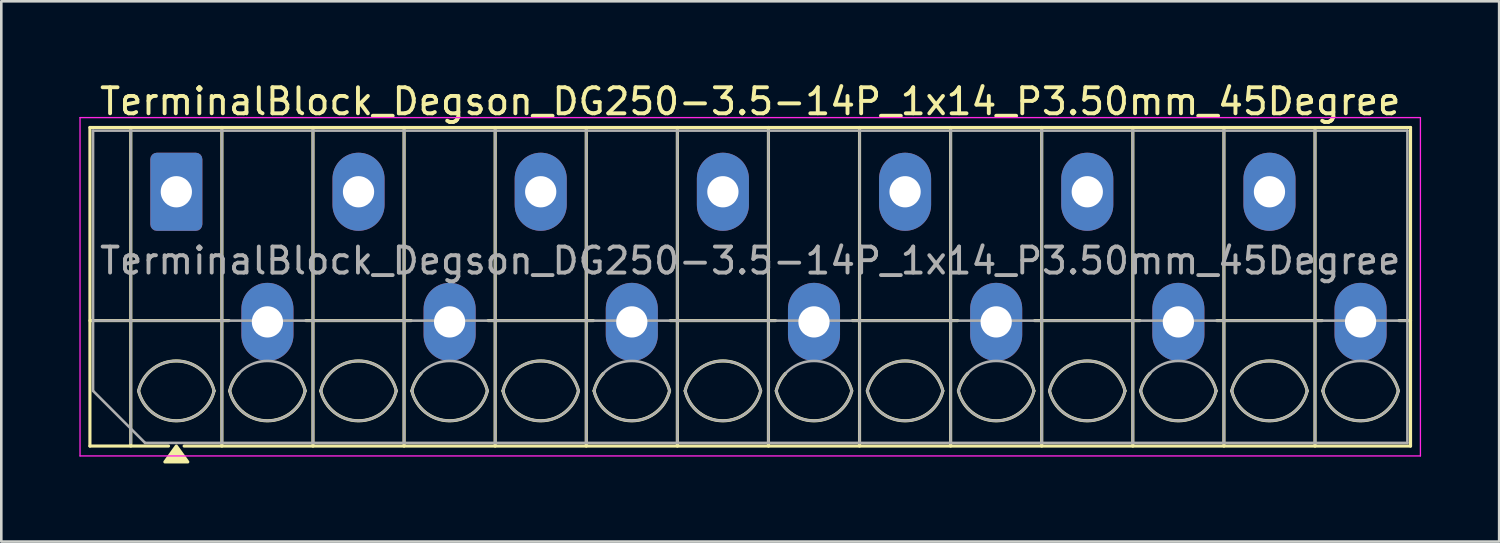
<source format=kicad_pcb>
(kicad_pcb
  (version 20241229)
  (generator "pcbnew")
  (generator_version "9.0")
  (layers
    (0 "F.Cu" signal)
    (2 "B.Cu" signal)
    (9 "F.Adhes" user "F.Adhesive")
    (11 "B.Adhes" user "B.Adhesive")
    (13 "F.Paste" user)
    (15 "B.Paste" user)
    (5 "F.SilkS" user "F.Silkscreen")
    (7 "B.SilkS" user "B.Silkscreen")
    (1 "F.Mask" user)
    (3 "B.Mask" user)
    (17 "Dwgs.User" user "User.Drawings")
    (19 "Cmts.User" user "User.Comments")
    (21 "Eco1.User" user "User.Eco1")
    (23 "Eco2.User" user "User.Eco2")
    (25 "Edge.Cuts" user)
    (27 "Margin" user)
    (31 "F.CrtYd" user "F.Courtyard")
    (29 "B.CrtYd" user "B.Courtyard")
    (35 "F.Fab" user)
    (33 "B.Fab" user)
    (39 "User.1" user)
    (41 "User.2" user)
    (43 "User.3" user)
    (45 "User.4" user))
  (footprint "TerminalBlock_Degson_DG250-3.5-14P_1x14_P3.50mm_45Degree"
    (layer "F.Cu")
    (at 3.725 4.318)
    (property "Reference" "TerminalBlock_Degson_DG250-3.5-14P_1x14_P3.50mm_45Degree" (at 22.05 -3.47 0) (layer "F.SilkS") (effects (font (size 1 1) (thickness 0.15))))
    (attr through_hole)
    (fp_line (start -3.32 -2.47) (end 47.42 -2.47) (stroke (width 0.12) (type solid)) (layer "F.SilkS"))
    (fp_line (start -3.32 4.95) (end 2.02 4.95) (stroke (width 0.12) (type solid)) (layer "F.SilkS"))
    (fp_line (start -3.32 9.77) (end -3.32 -2.47) (stroke (width 0.12) (type solid)) (layer "F.SilkS"))
    (fp_line (start -1.75 -2.47) (end -1.75 9.77) (stroke (width 0.12) (type solid)) (layer "F.SilkS"))
    (fp_line (start -0.3 9.77) (end -3.32 9.77) (stroke (width 0.12) (type solid)) (layer "F.SilkS"))
    (fp_line (start 1.75 -2.47) (end 1.75 9.77) (stroke (width 0.12) (type solid)) (layer "F.SilkS"))
    (fp_line (start 4.98 4.95) (end 9.02 4.95) (stroke (width 0.12) (type solid)) (layer "F.SilkS"))
    (fp_line (start 5.25 -2.47) (end 5.25 9.77) (stroke (width 0.12) (type solid)) (layer "F.SilkS"))
    (fp_line (start 8.75 -2.47) (end 8.75 9.77) (stroke (width 0.12) (type solid)) (layer "F.SilkS"))
    (fp_line (start 11.98 4.95) (end 16.02 4.95) (stroke (width 0.12) (type solid)) (layer "F.SilkS"))
    (fp_line (start 12.25 -2.47) (end 12.25 9.77) (stroke (width 0.12) (type solid)) (layer "F.SilkS"))
    (fp_line (start 15.75 -2.47) (end 15.75 9.77) (stroke (width 0.12) (type solid)) (layer "F.SilkS"))
    (fp_line (start 18.98 4.95) (end 23.02 4.95) (stroke (width 0.12) (type solid)) (layer "F.SilkS"))
    (fp_line (start 19.25 -2.47) (end 19.25 9.77) (stroke (width 0.12) (type solid)) (layer "F.SilkS"))
    (fp_line (start 22.75 -2.47) (end 22.75 9.77) (stroke (width 0.12) (type solid)) (layer "F.SilkS"))
    (fp_line (start 25.98 4.95) (end 30.02 4.95) (stroke (width 0.12) (type solid)) (layer "F.SilkS"))
    (fp_line (start 26.25 -2.47) (end 26.25 9.77) (stroke (width 0.12) (type solid)) (layer "F.SilkS"))
    (fp_line (start 29.75 -2.47) (end 29.75 9.77) (stroke (width 0.12) (type solid)) (layer "F.SilkS"))
    (fp_line (start 32.98 4.95) (end 37.02 4.95) (stroke (width 0.12) (type solid)) (layer "F.SilkS"))
    (fp_line (start 33.25 -2.47) (end 33.25 9.77) (stroke (width 0.12) (type solid)) (layer "F.SilkS"))
    (fp_line (start 36.75 -2.47) (end 36.75 9.77) (stroke (width 0.12) (type solid)) (layer "F.SilkS"))
    (fp_line (start 39.98 4.95) (end 44.02 4.95) (stroke (width 0.12) (type solid)) (layer "F.SilkS"))
    (fp_line (start 40.25 -2.47) (end 40.25 9.77) (stroke (width 0.12) (type solid)) (layer "F.SilkS"))
    (fp_line (start 43.75 -2.47) (end 43.75 9.77) (stroke (width 0.12) (type solid)) (layer "F.SilkS"))
    (fp_line (start 46.98 4.95) (end 47.42 4.95) (stroke (width 0.12) (type solid)) (layer "F.SilkS"))
    (fp_line (start 47.42 -2.47) (end 47.42 9.77) (stroke (width 0.12) (type solid)) (layer "F.SilkS"))
    (fp_line (start 47.42 9.77) (end 0.3 9.77) (stroke (width 0.12) (type solid)) (layer "F.SilkS"))
    (fp_arc (start -1.45 7.65) (mid 0 6.5) (end 1.45 7.65) (stroke (width 0.12) (type solid)) (layer "F.SilkS"))
    (fp_arc (start 1.45 7.65) (mid 0 8.8) (end -1.45 7.65) (stroke (width 0.12) (type solid)) (layer "F.SilkS"))
    (fp_arc (start 2.05 7.65) (mid 2.18402 7.291962) (end 2.405 6.98) (stroke (width 0.12) (type solid)) (layer "F.SilkS"))
    (fp_arc (start 4.595 6.98) (mid 4.81598 7.291962) (end 4.95 7.65) (stroke (width 0.12) (type solid)) (layer "F.SilkS"))
    (fp_arc (start 4.95 7.65) (mid 3.5 8.8) (end 2.05 7.65) (stroke (width 0.12) (type solid)) (layer "F.SilkS"))
    (fp_arc (start 5.55 7.65) (mid 7 6.5) (end 8.45 7.65) (stroke (width 0.12) (type solid)) (layer "F.SilkS"))
    (fp_arc (start 8.45 7.65) (mid 7 8.8) (end 5.55 7.65) (stroke (width 0.12) (type solid)) (layer "F.SilkS"))
    (fp_arc (start 9.05 7.65) (mid 9.18402 7.291962) (end 9.405 6.98) (stroke (width 0.12) (type solid)) (layer "F.SilkS"))
    (fp_arc (start 11.595 6.98) (mid 11.81598 7.291962) (end 11.95 7.65) (stroke (width 0.12) (type solid)) (layer "F.SilkS"))
    (fp_arc (start 11.95 7.65) (mid 10.5 8.8) (end 9.05 7.65) (stroke (width 0.12) (type solid)) (layer "F.SilkS"))
    (fp_arc (start 12.55 7.65) (mid 14 6.5) (end 15.45 7.65) (stroke (width 0.12) (type solid)) (layer "F.SilkS"))
    (fp_arc (start 15.45 7.65) (mid 14 8.8) (end 12.55 7.65) (stroke (width 0.12) (type solid)) (layer "F.SilkS"))
    (fp_arc (start 16.05 7.65) (mid 16.18402 7.291962) (end 16.405 6.98) (stroke (width 0.12) (type solid)) (layer "F.SilkS"))
    (fp_arc (start 18.595 6.98) (mid 18.81598 7.291962) (end 18.95 7.65) (stroke (width 0.12) (type solid)) (layer "F.SilkS"))
    (fp_arc (start 18.95 7.65) (mid 17.5 8.8) (end 16.05 7.65) (stroke (width 0.12) (type solid)) (layer "F.SilkS"))
    (fp_arc (start 19.55 7.65) (mid 21 6.5) (end 22.45 7.65) (stroke (width 0.12) (type solid)) (layer "F.SilkS"))
    (fp_arc (start 22.45 7.65) (mid 21 8.8) (end 19.55 7.65) (stroke (width 0.12) (type solid)) (layer "F.SilkS"))
    (fp_arc (start 23.05 7.65) (mid 23.18402 7.291962) (end 23.405 6.98) (stroke (width 0.12) (type solid)) (layer "F.SilkS"))
    (fp_arc (start 25.595 6.98) (mid 25.81598 7.291962) (end 25.95 7.65) (stroke (width 0.12) (type solid)) (layer "F.SilkS"))
    (fp_arc (start 25.95 7.65) (mid 24.5 8.8) (end 23.05 7.65) (stroke (width 0.12) (type solid)) (layer "F.SilkS"))
    (fp_arc (start 26.55 7.65) (mid 28 6.5) (end 29.45 7.65) (stroke (width 0.12) (type solid)) (layer "F.SilkS"))
    (fp_arc (start 29.45 7.65) (mid 28 8.8) (end 26.55 7.65) (stroke (width 0.12) (type solid)) (layer "F.SilkS"))
    (fp_arc (start 30.05 7.65) (mid 30.18402 7.291962) (end 30.405 6.98) (stroke (width 0.12) (type solid)) (layer "F.SilkS"))
    (fp_arc (start 32.595 6.98) (mid 32.81598 7.291962) (end 32.95 7.65) (stroke (width 0.12) (type solid)) (layer "F.SilkS"))
    (fp_arc (start 32.95 7.65) (mid 31.5 8.8) (end 30.05 7.65) (stroke (width 0.12) (type solid)) (layer "F.SilkS"))
    (fp_arc (start 33.55 7.65) (mid 35 6.5) (end 36.45 7.65) (stroke (width 0.12) (type solid)) (layer "F.SilkS"))
    (fp_arc (start 36.45 7.65) (mid 35 8.8) (end 33.55 7.65) (stroke (width 0.12) (type solid)) (layer "F.SilkS"))
    (fp_arc (start 37.05 7.65) (mid 37.18402 7.291962) (end 37.405 6.98) (stroke (width 0.12) (type solid)) (layer "F.SilkS"))
    (fp_arc (start 39.595 6.98) (mid 39.81598 7.291962) (end 39.95 7.65) (stroke (width 0.12) (type solid)) (layer "F.SilkS"))
    (fp_arc (start 39.95 7.65) (mid 38.5 8.8) (end 37.05 7.65) (stroke (width 0.12) (type solid)) (layer "F.SilkS"))
    (fp_arc (start 40.55 7.65) (mid 42 6.5) (end 43.45 7.65) (stroke (width 0.12) (type solid)) (layer "F.SilkS"))
    (fp_arc (start 43.45 7.65) (mid 42 8.8) (end 40.55 7.65) (stroke (width 0.12) (type solid)) (layer "F.SilkS"))
    (fp_arc (start 44.05 7.65) (mid 44.18402 7.291962) (end 44.405 6.98) (stroke (width 0.12) (type solid)) (layer "F.SilkS"))
    (fp_arc (start 46.595 6.98) (mid 46.81598 7.291962) (end 46.95 7.65) (stroke (width 0.12) (type solid)) (layer "F.SilkS"))
    (fp_arc (start 46.95 7.65) (mid 45.5 8.8) (end 44.05 7.65) (stroke (width 0.12) (type solid)) (layer "F.SilkS"))
    (fp_poly (pts (xy 0 9.77) (xy 0.44 10.38) (xy -0.44 10.38)) (stroke (width 0.12) (type solid)) (fill yes) (layer "F.SilkS"))
    (fp_line (start -3.7 -2.85) (end -3.7 10.15) (stroke (width 0.05) (type solid)) (layer "F.CrtYd"))
    (fp_line (start -3.7 10.15) (end 47.8 10.15) (stroke (width 0.05) (type solid)) (layer "F.CrtYd"))
    (fp_line (start 47.8 -2.85) (end -3.7 -2.85) (stroke (width 0.05) (type solid)) (layer "F.CrtYd"))
    (fp_line (start 47.8 10.15) (end 47.8 -2.85) (stroke (width 0.05) (type solid)) (layer "F.CrtYd"))
    (fp_line (start -3.2 -2.35) (end 47.3 -2.35) (stroke (width 0.1) (type solid)) (layer "F.Fab"))
    (fp_line (start -3.2 4.95) (end 47.3 4.95) (stroke (width 0.1) (type solid)) (layer "F.Fab"))
    (fp_line (start -3.2 7.65) (end -3.2 -2.35) (stroke (width 0.1) (type solid)) (layer "F.Fab"))
    (fp_line (start -1.75 -2.35) (end -1.75 9.65) (stroke (width 0.1) (type solid)) (layer "F.Fab"))
    (fp_line (start -1.2 9.65) (end -3.2 7.65) (stroke (width 0.1) (type solid)) (layer "F.Fab"))
    (fp_line (start 1.75 -2.35) (end 1.75 9.65) (stroke (width 0.1) (type solid)) (layer "F.Fab"))
    (fp_line (start 5.25 -2.35) (end 5.25 9.65) (stroke (width 0.1) (type solid)) (layer "F.Fab"))
    (fp_line (start 8.75 -2.35) (end 8.75 9.65) (stroke (width 0.1) (type solid)) (layer "F.Fab"))
    (fp_line (start 12.25 -2.35) (end 12.25 9.65) (stroke (width 0.1) (type solid)) (layer "F.Fab"))
    (fp_line (start 15.75 -2.35) (end 15.75 9.65) (stroke (width 0.1) (type solid)) (layer "F.Fab"))
    (fp_line (start 19.25 -2.35) (end 19.25 9.65) (stroke (width 0.1) (type solid)) (layer "F.Fab"))
    (fp_line (start 22.75 -2.35) (end 22.75 9.65) (stroke (width 0.1) (type solid)) (layer "F.Fab"))
    (fp_line (start 26.25 -2.35) (end 26.25 9.65) (stroke (width 0.1) (type solid)) (layer "F.Fab"))
    (fp_line (start 29.75 -2.35) (end 29.75 9.65) (stroke (width 0.1) (type solid)) (layer "F.Fab"))
    (fp_line (start 33.25 -2.35) (end 33.25 9.65) (stroke (width 0.1) (type solid)) (layer "F.Fab"))
    (fp_line (start 36.75 -2.35) (end 36.75 9.65) (stroke (width 0.1) (type solid)) (layer "F.Fab"))
    (fp_line (start 40.25 -2.35) (end 40.25 9.65) (stroke (width 0.1) (type solid)) (layer "F.Fab"))
    (fp_line (start 43.75 -2.35) (end 43.75 9.65) (stroke (width 0.1) (type solid)) (layer "F.Fab"))
    (fp_line (start 47.3 -2.35) (end 47.3 9.65) (stroke (width 0.1) (type solid)) (layer "F.Fab"))
    (fp_line (start 47.3 9.65) (end -1.2 9.65) (stroke (width 0.1) (type solid)) (layer "F.Fab"))
    (fp_arc (start -1.45 7.65) (mid 0 6.5) (end 1.45 7.65) (stroke (width 0.1) (type solid)) (layer "F.Fab"))
    (fp_arc (start 1.45 7.65) (mid 0 8.8) (end -1.45 7.65) (stroke (width 0.1) (type solid)) (layer "F.Fab"))
    (fp_arc (start 2.05 7.65) (mid 3.5 6.5) (end 4.95 7.65) (stroke (width 0.1) (type solid)) (layer "F.Fab"))
    (fp_arc (start 4.95 7.65) (mid 3.5 8.8) (end 2.05 7.65) (stroke (width 0.1) (type solid)) (layer "F.Fab"))
    (fp_arc (start 5.55 7.65) (mid 7 6.5) (end 8.45 7.65) (stroke (width 0.1) (type solid)) (layer "F.Fab"))
    (fp_arc (start 8.45 7.65) (mid 7 8.8) (end 5.55 7.65) (stroke (width 0.1) (type solid)) (layer "F.Fab"))
    (fp_arc (start 9.05 7.65) (mid 10.5 6.5) (end 11.95 7.65) (stroke (width 0.1) (type solid)) (layer "F.Fab"))
    (fp_arc (start 11.95 7.65) (mid 10.5 8.8) (end 9.05 7.65) (stroke (width 0.1) (type solid)) (layer "F.Fab"))
    (fp_arc (start 12.55 7.65) (mid 14 6.5) (end 15.45 7.65) (stroke (width 0.1) (type solid)) (layer "F.Fab"))
    (fp_arc (start 15.45 7.65) (mid 14 8.8) (end 12.55 7.65) (stroke (width 0.1) (type solid)) (layer "F.Fab"))
    (fp_arc (start 16.05 7.65) (mid 17.5 6.5) (end 18.95 7.65) (stroke (width 0.1) (type solid)) (layer "F.Fab"))
    (fp_arc (start 18.95 7.65) (mid 17.5 8.8) (end 16.05 7.65) (stroke (width 0.1) (type solid)) (layer "F.Fab"))
    (fp_arc (start 19.55 7.65) (mid 21 6.5) (end 22.45 7.65) (stroke (width 0.1) (type solid)) (layer "F.Fab"))
    (fp_arc (start 22.45 7.65) (mid 21 8.8) (end 19.55 7.65) (stroke (width 0.1) (type solid)) (layer "F.Fab"))
    (fp_arc (start 23.05 7.65) (mid 24.5 6.5) (end 25.95 7.65) (stroke (width 0.1) (type solid)) (layer "F.Fab"))
    (fp_arc (start 25.95 7.65) (mid 24.5 8.8) (end 23.05 7.65) (stroke (width 0.1) (type solid)) (layer "F.Fab"))
    (fp_arc (start 26.55 7.65) (mid 28 6.5) (end 29.45 7.65) (stroke (width 0.1) (type solid)) (layer "F.Fab"))
    (fp_arc (start 29.45 7.65) (mid 28 8.8) (end 26.55 7.65) (stroke (width 0.1) (type solid)) (layer "F.Fab"))
    (fp_arc (start 30.05 7.65) (mid 31.5 6.5) (end 32.95 7.65) (stroke (width 0.1) (type solid)) (layer "F.Fab"))
    (fp_arc (start 32.95 7.65) (mid 31.5 8.8) (end 30.05 7.65) (stroke (width 0.1) (type solid)) (layer "F.Fab"))
    (fp_arc (start 33.55 7.65) (mid 35 6.5) (end 36.45 7.65) (stroke (width 0.1) (type solid)) (layer "F.Fab"))
    (fp_arc (start 36.45 7.65) (mid 35 8.8) (end 33.55 7.65) (stroke (width 0.1) (type solid)) (layer "F.Fab"))
    (fp_arc (start 37.05 7.65) (mid 38.5 6.5) (end 39.95 7.65) (stroke (width 0.1) (type solid)) (layer "F.Fab"))
    (fp_arc (start 39.95 7.65) (mid 38.5 8.8) (end 37.05 7.65) (stroke (width 0.1) (type solid)) (layer "F.Fab"))
    (fp_arc (start 40.55 7.65) (mid 42 6.5) (end 43.45 7.65) (stroke (width 0.1) (type solid)) (layer "F.Fab"))
    (fp_arc (start 43.45 7.65) (mid 42 8.8) (end 40.55 7.65) (stroke (width 0.1) (type solid)) (layer "F.Fab"))
    (fp_arc (start 44.05 7.65) (mid 45.5 6.5) (end 46.95 7.65) (stroke (width 0.1) (type solid)) (layer "F.Fab"))
    (fp_arc (start 46.95 7.65) (mid 45.5 8.8) (end 44.05 7.65) (stroke (width 0.1) (type solid)) (layer "F.Fab"))
    (fp_text user "${REFERENCE}" (at 22.05 2.65 0) (layer "F.Fab") (effects (font (size 1 1) (thickness 0.15))))
    (pad "1" thru_hole roundrect (at 0 0) (size 2 3) (drill 1.2) (layers "*.Cu" "*.Mask") (roundrect_rratio 0.125))
    (pad "2" thru_hole oval (at 3.5 5) (size 2 3) (drill 1.2) (layers "*.Cu" "*.Mask"))
    (pad "3" thru_hole oval (at 7 0) (size 2 3) (drill 1.2) (layers "*.Cu" "*.Mask"))
    (pad "4" thru_hole oval (at 10.5 5) (size 2 3) (drill 1.2) (layers "*.Cu" "*.Mask"))
    (pad "5" thru_hole oval (at 14 0) (size 2 3) (drill 1.2) (layers "*.Cu" "*.Mask"))
    (pad "6" thru_hole oval (at 17.5 5) (size 2 3) (drill 1.2) (layers "*.Cu" "*.Mask"))
    (pad "7" thru_hole oval (at 21 0) (size 2 3) (drill 1.2) (layers "*.Cu" "*.Mask"))
    (pad "8" thru_hole oval (at 24.5 5) (size 2 3) (drill 1.2) (layers "*.Cu" "*.Mask"))
    (pad "9" thru_hole oval (at 28 0) (size 2 3) (drill 1.2) (layers "*.Cu" "*.Mask"))
    (pad "10" thru_hole oval (at 31.5 5) (size 2 3) (drill 1.2) (layers "*.Cu" "*.Mask"))
    (pad "11" thru_hole oval (at 35 0) (size 2 3) (drill 1.2) (layers "*.Cu" "*.Mask"))
    (pad "12" thru_hole oval (at 38.5 5) (size 2 3) (drill 1.2) (layers "*.Cu" "*.Mask"))
    (pad "13" thru_hole oval (at 42 0) (size 2 3) (drill 1.2) (layers "*.Cu" "*.Mask"))
    (pad "14" thru_hole oval (at 45.5 5) (size 2 3) (drill 1.2) (layers "*.Cu" "*.Mask")))
  (gr_rect
    (start -3 -3)
    (end 54.55 17.758)
    (stroke (width 0.1) (type default))
    (fill no)
    (layer "Edge.Cuts")))
</source>
